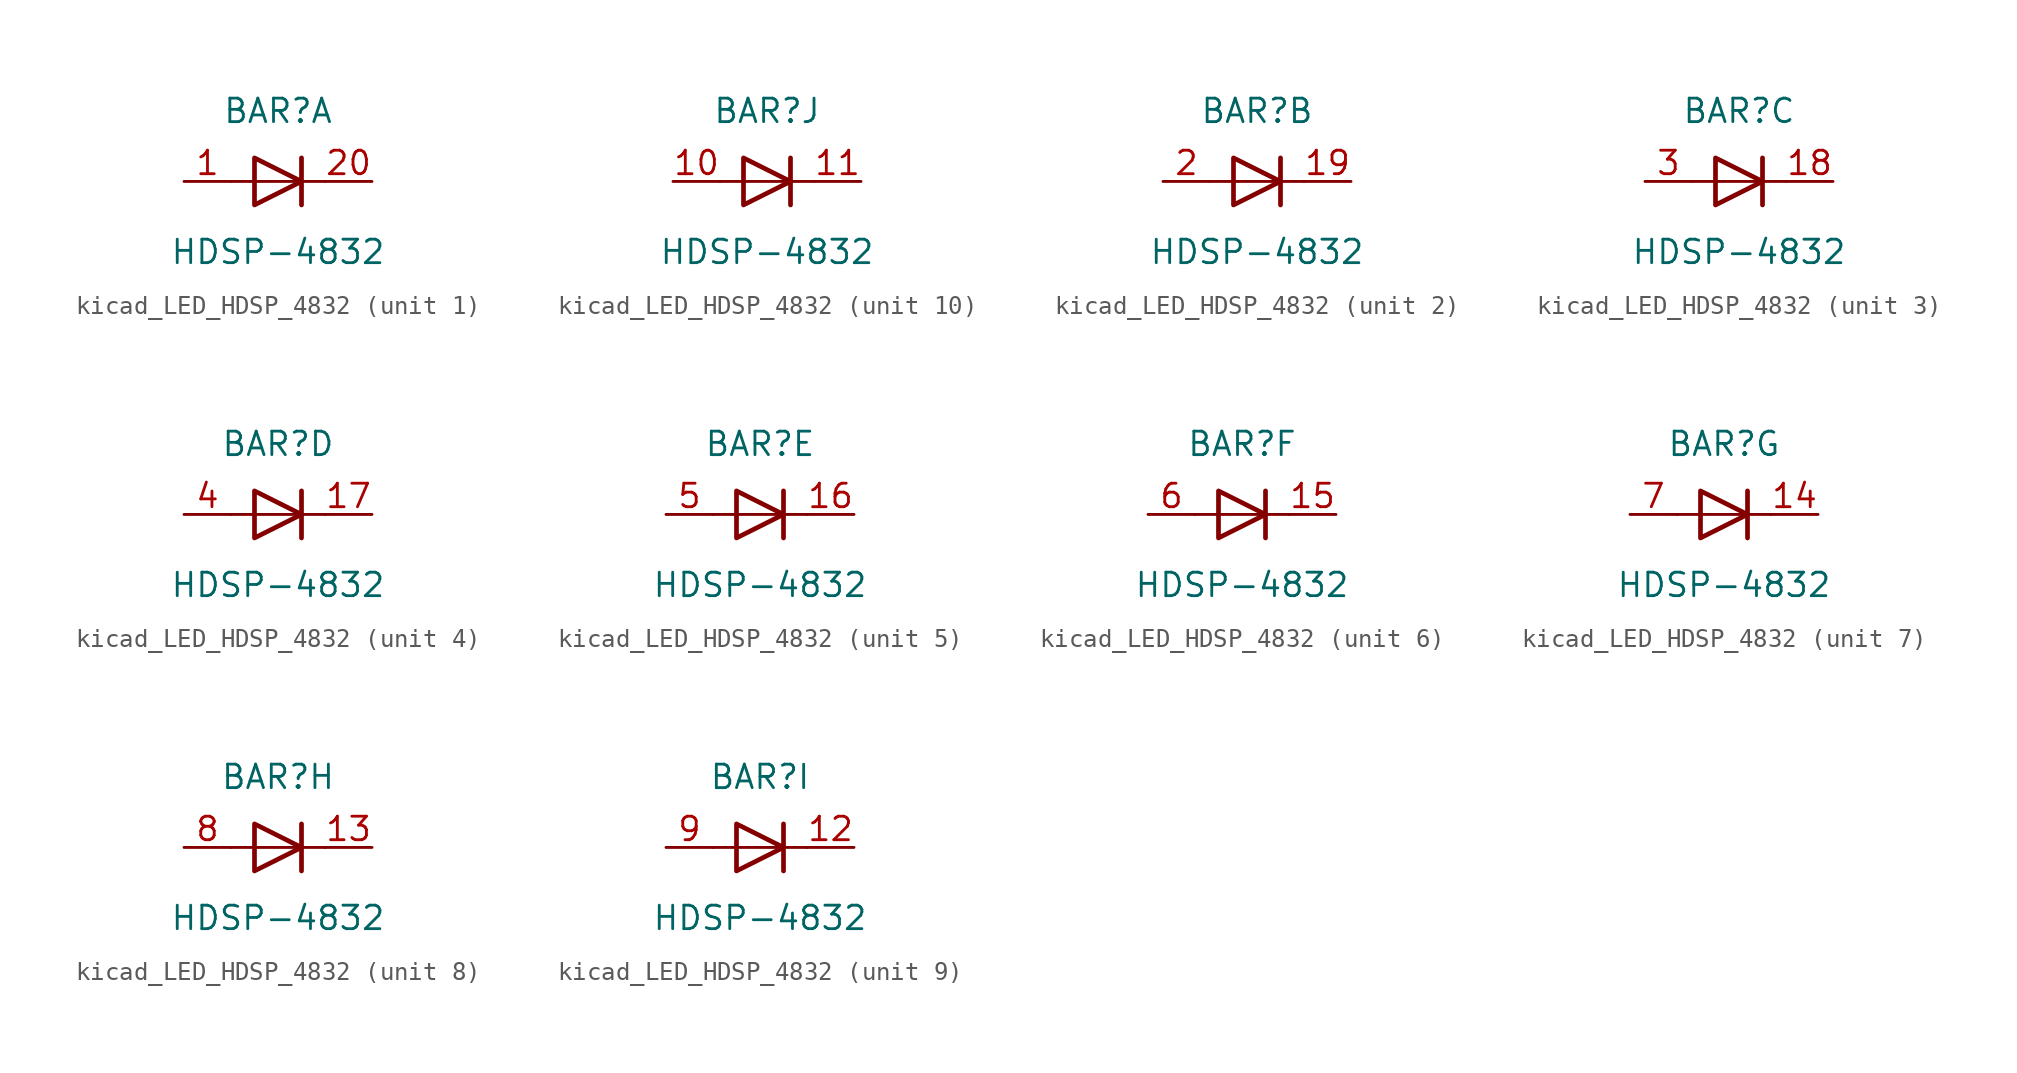
<source format=kicad_sym>
(kicad_symbol_lib
  (version 20220914)
  (generator kicad_symbol_editor)
  (symbol "kicad_LED_HDSP_4832"
    (pin_names
      (offset 1.016) hide)
    (property "Reference" "BAR"
      (at 0 3.81 0)
      (effects (font (size 1.27 1.27))))
    (property "Value" "HDSP-4832"
      (at 0 -3.81 0)
      (effects (font (size 1.27 1.27))))
    (symbol "kicad_LED_HDSP_4832_0_1"
      (polyline (pts (xy -2.54 0) (xy 2.54 0)) (stroke (width 0) (type default)) (fill (type none)))
      (polyline (pts (xy 1.27 -1.27) (xy 1.27 1.27)) (stroke (width 0.254) (type default)) (fill (type none)))
      (polyline (pts (xy -1.27 1.27) (xy -1.27 -1.27) (xy 1.27 0) (xy -1.27 1.27)) (stroke (width 0.254) (type default)) (fill (type none))))
    (symbol "kicad_LED_HDSP_4832_1_1"
      (pin passive line (at -5.08 0 0) (length 2.54) (name "A" (effects (font (size 1.27 1.27)))) (number "1" (effects (font (size 1.27 1.27)))))
      (pin passive line (at 5.08 0 180) (length 2.54) (name "K" (effects (font (size 1.27 1.27)))) (number "20" (effects (font (size 1.27 1.27))))))
    (symbol "kicad_LED_HDSP_4832_2_1"
      (pin passive line (at 5.08 0 180) (length 2.54) (name "K" (effects (font (size 1.27 1.27)))) (number "19" (effects (font (size 1.27 1.27)))))
      (pin passive line (at -5.08 0 0) (length 2.54) (name "A" (effects (font (size 1.27 1.27)))) (number "2" (effects (font (size 1.27 1.27))))))
    (symbol "kicad_LED_HDSP_4832_3_1"
      (pin passive line (at 5.08 0 180) (length 2.54) (name "K" (effects (font (size 1.27 1.27)))) (number "18" (effects (font (size 1.27 1.27)))))
      (pin passive line (at -5.08 0 0) (length 2.54) (name "A" (effects (font (size 1.27 1.27)))) (number "3" (effects (font (size 1.27 1.27))))))
    (symbol "kicad_LED_HDSP_4832_4_1"
      (pin passive line (at 5.08 0 180) (length 2.54) (name "K" (effects (font (size 1.27 1.27)))) (number "17" (effects (font (size 1.27 1.27)))))
      (pin passive line (at -5.08 0 0) (length 2.54) (name "A" (effects (font (size 1.27 1.27)))) (number "4" (effects (font (size 1.27 1.27))))))
    (symbol "kicad_LED_HDSP_4832_5_1"
      (pin passive line (at 5.08 0 180) (length 2.54) (name "K" (effects (font (size 1.27 1.27)))) (number "16" (effects (font (size 1.27 1.27)))))
      (pin passive line (at -5.08 0 0) (length 2.54) (name "A" (effects (font (size 1.27 1.27)))) (number "5" (effects (font (size 1.27 1.27))))))
    (symbol "kicad_LED_HDSP_4832_6_1"
      (pin passive line (at 5.08 0 180) (length 2.54) (name "K" (effects (font (size 1.27 1.27)))) (number "15" (effects (font (size 1.27 1.27)))))
      (pin passive line (at -5.08 0 0) (length 2.54) (name "A" (effects (font (size 1.27 1.27)))) (number "6" (effects (font (size 1.27 1.27))))))
    (symbol "kicad_LED_HDSP_4832_7_1"
      (pin passive line (at 5.08 0 180) (length 2.54) (name "K" (effects (font (size 1.27 1.27)))) (number "14" (effects (font (size 1.27 1.27)))))
      (pin passive line (at -5.08 0 0) (length 2.54) (name "A" (effects (font (size 1.27 1.27)))) (number "7" (effects (font (size 1.27 1.27))))))
    (symbol "kicad_LED_HDSP_4832_8_1"
      (pin passive line (at 5.08 0 180) (length 2.54) (name "K" (effects (font (size 1.27 1.27)))) (number "13" (effects (font (size 1.27 1.27)))))
      (pin passive line (at -5.08 0 0) (length 2.54) (name "A" (effects (font (size 1.27 1.27)))) (number "8" (effects (font (size 1.27 1.27))))))
    (symbol "kicad_LED_HDSP_4832_9_1"
      (pin passive line (at 5.08 0 180) (length 2.54) (name "K" (effects (font (size 1.27 1.27)))) (number "12" (effects (font (size 1.27 1.27)))))
      (pin passive line (at -5.08 0 0) (length 2.54) (name "A" (effects (font (size 1.27 1.27)))) (number "9" (effects (font (size 1.27 1.27))))))
    (symbol "kicad_LED_HDSP_4832_10_1"
      (pin passive line (at -5.08 0 0) (length 2.54) (name "A" (effects (font (size 1.27 1.27)))) (number "10" (effects (font (size 1.27 1.27)))))
      (pin passive line (at 5.08 0 180) (length 2.54) (name "K" (effects (font (size 1.27 1.27)))) (number "11" (effects (font (size 1.27 1.27))))))))
</source>
